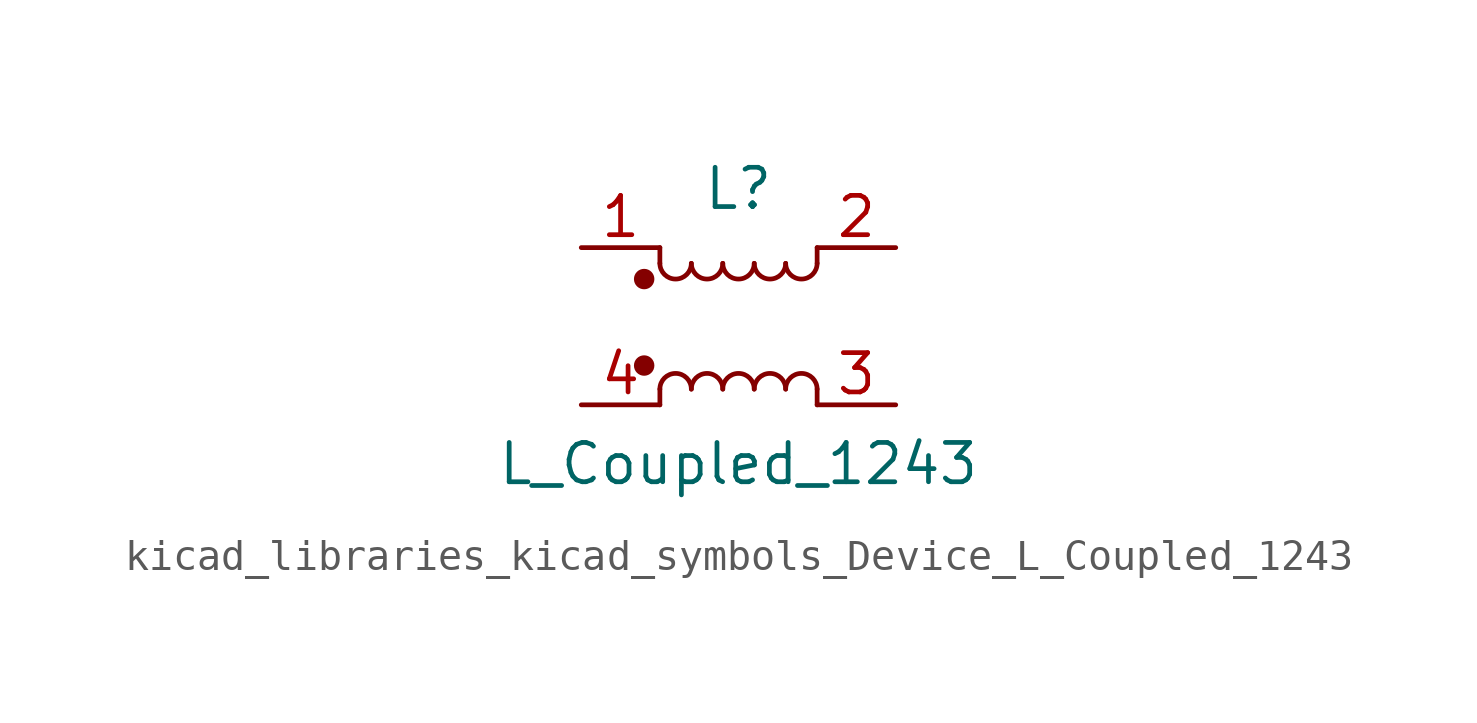
<source format=kicad_sym>
(kicad_symbol_lib
  (version 20220914)
  (generator kicad_symbol_editor)
  (symbol "kicad_libraries_kicad_symbols_Device_L_Coupled_1243"
    (pin_names
      (offset 0.254) hide)
    (property "Reference" "L"
      (at 0 4.445 0)
      (effects (font (size 1.27 1.27))))
    (property "Value" "L_Coupled_1243"
      (at 0 -4.445 0)
      (effects (font (size 1.27 1.27))))
    (symbol "kicad_libraries_kicad_symbols_Device_L_Coupled_1243_0_1"
      (circle (center -3.048 -1.27) (radius 0.254) (stroke (width 0) (type default)) (fill (type outline)))
      (circle (center -3.048 1.524) (radius 0.254) (stroke (width 0) (type default)) (fill (type outline)))
      (arc (start -2.54 2.032) (mid -2.032 1.5262) (end -1.524 2.032) (stroke (width 0) (type default)) (fill (type none)))
      (arc (start -1.524 -2.032) (mid -2.032 -1.5262) (end -2.54 -2.032) (stroke (width 0) (type default)) (fill (type none)))
      (arc (start -1.524 2.032) (mid -1.016 1.5262) (end -0.508 2.032) (stroke (width 0) (type default)) (fill (type none)))
      (arc (start -0.508 -2.032) (mid -1.016 -1.5262) (end -1.524 -2.032) (stroke (width 0) (type default)) (fill (type none)))
      (arc (start -0.508 2.032) (mid 0 1.5262) (end 0.508 2.032) (stroke (width 0) (type default)) (fill (type none)))
      (polyline (pts (xy -2.54 -2.032) (xy -2.54 -2.54)) (stroke (width 0) (type default)) (fill (type none)))
      (polyline (pts (xy -2.54 2.032) (xy -2.54 2.54)) (stroke (width 0) (type default)) (fill (type none)))
      (polyline (pts (xy 2.54 -2.032) (xy 2.54 -2.54)) (stroke (width 0) (type default)) (fill (type none)))
      (polyline (pts (xy 2.54 2.54) (xy 2.54 2.032)) (stroke (width 0) (type default)) (fill (type none)))
      (arc (start 0.508 -2.032) (mid 0 -1.5262) (end -0.508 -2.032) (stroke (width 0) (type default)) (fill (type none)))
      (arc (start 0.508 2.032) (mid 1.016 1.5262) (end 1.524 2.032) (stroke (width 0) (type default)) (fill (type none)))
      (arc (start 1.524 -2.032) (mid 1.016 -1.5262) (end 0.508 -2.032) (stroke (width 0) (type default)) (fill (type none)))
      (arc (start 1.524 2.032) (mid 2.032 1.5262) (end 2.54 2.032) (stroke (width 0) (type default)) (fill (type none)))
      (arc (start 2.54 -2.032) (mid 2.032 -1.5262) (end 1.524 -2.032) (stroke (width 0) (type default)) (fill (type none))))
    (symbol "kicad_libraries_kicad_symbols_Device_L_Coupled_1243_1_1"
      (pin passive line (at -5.08 2.54 0) (length 2.54) (name "1" (effects (font (size 1.27 1.27)))) (number "1" (effects (font (size 1.27 1.27)))))
      (pin passive line (at 5.08 2.54 180) (length 2.54) (name "2" (effects (font (size 1.27 1.27)))) (number "2" (effects (font (size 1.27 1.27)))))
      (pin passive line (at 5.08 -2.54 180) (length 2.54) (name "3" (effects (font (size 1.27 1.27)))) (number "3" (effects (font (size 1.27 1.27)))))
      (pin passive line (at -5.08 -2.54 0) (length 2.54) (name "4" (effects (font (size 1.27 1.27)))) (number "4" (effects (font (size 1.27 1.27))))))))
</source>
